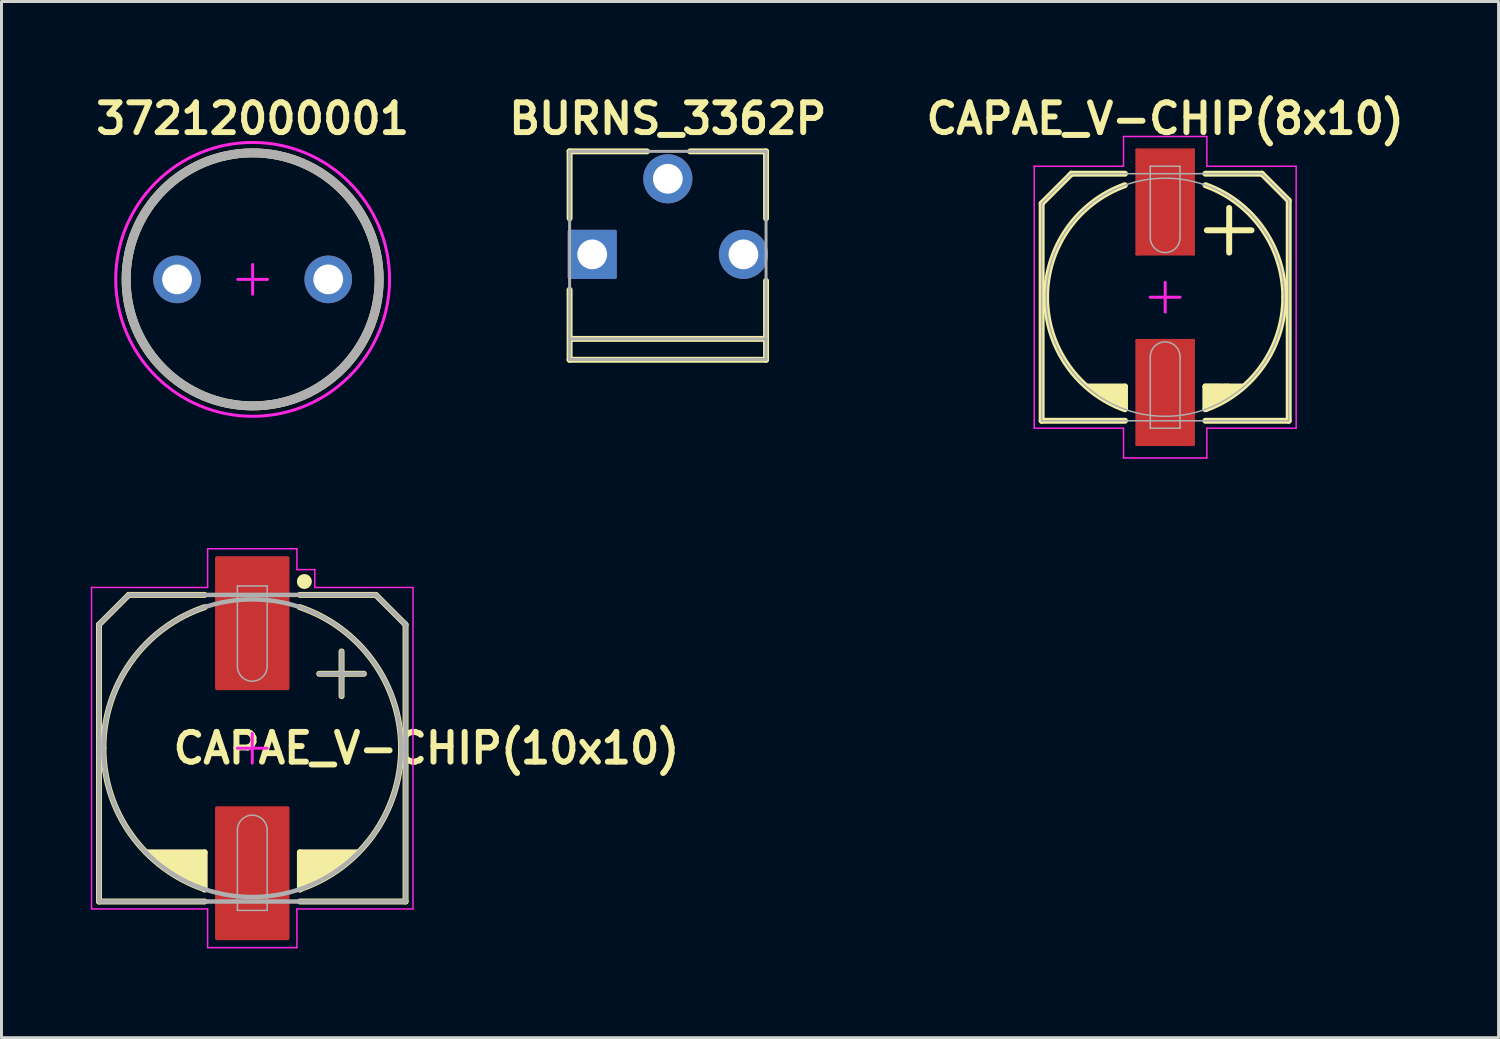
<source format=kicad_pcb>
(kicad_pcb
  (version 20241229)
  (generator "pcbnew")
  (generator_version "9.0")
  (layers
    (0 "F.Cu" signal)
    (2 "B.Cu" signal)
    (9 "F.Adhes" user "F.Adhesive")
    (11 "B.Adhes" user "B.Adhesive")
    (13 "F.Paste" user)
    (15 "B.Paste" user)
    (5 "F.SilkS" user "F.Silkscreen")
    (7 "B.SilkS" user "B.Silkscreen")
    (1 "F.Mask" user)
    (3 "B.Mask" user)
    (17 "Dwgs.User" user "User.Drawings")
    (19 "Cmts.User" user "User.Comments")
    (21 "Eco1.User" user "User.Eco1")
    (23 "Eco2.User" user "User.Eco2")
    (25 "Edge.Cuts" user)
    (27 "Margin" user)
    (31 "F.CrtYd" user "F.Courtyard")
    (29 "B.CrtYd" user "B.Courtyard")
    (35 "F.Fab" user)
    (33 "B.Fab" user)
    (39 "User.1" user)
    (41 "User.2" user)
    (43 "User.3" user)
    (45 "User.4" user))
  (footprint "CAPAE_V-CHIP(8x10)"
    (layer "F.Cu")
    (at 36.095 6.936)
    (property "Reference" "CAPAE_V-CHIP(8x10)" (at 0 -6 0) (layer "F.SilkS") (effects (font (size 1 1) (thickness 0.2))))
    (attr through_hole)
    (fp_line (start -0.95 -4.95) (end 0.95 -4.95) (stroke (width 0.1) (type solid)) (layer "F.Cu"))
    (fp_line (start -0.95 -1.45) (end -0.95 -4.95) (stroke (width 0.1) (type solid)) (layer "F.Cu"))
    (fp_line (start -0.95 -1.45) (end 0.95 -1.45) (stroke (width 0.1) (type solid)) (layer "F.Cu"))
    (fp_line (start -0.95 1.45) (end 0.95 1.45) (stroke (width 0.1) (type solid)) (layer "F.Cu"))
    (fp_line (start -0.95 4.95) (end -0.95 1.45) (stroke (width 0.1) (type solid)) (layer "F.Cu"))
    (fp_line (start -0.95 4.95) (end 0.95 4.95) (stroke (width 0.1) (type solid)) (layer "F.Cu"))
    (fp_line (start 0.95 -1.45) (end 0.95 -4.95) (stroke (width 0.1) (type solid)) (layer "F.Cu"))
    (fp_line (start 0.95 4.95) (end 0.95 1.45) (stroke (width 0.1) (type solid)) (layer "F.Cu"))
    (fp_line (start -0.95 -4.95) (end 0.95 -4.95) (stroke (width 0.3) (type solid)) (layer "F.Mask"))
    (fp_line (start -0.95 -1.45) (end -0.95 -4.95) (stroke (width 0.3) (type solid)) (layer "F.Mask"))
    (fp_line (start -0.95 -1.45) (end 0.95 -1.45) (stroke (width 0.3) (type solid)) (layer "F.Mask"))
    (fp_line (start -0.95 1.45) (end 0.95 1.45) (stroke (width 0.3) (type solid)) (layer "F.Mask"))
    (fp_line (start -0.95 4.95) (end -0.95 1.45) (stroke (width 0.3) (type solid)) (layer "F.Mask"))
    (fp_line (start -0.95 4.95) (end 0.95 4.95) (stroke (width 0.3) (type solid)) (layer "F.Mask"))
    (fp_line (start 0.95 -1.45) (end 0.95 -4.95) (stroke (width 0.3) (type solid)) (layer "F.Mask"))
    (fp_line (start 0.95 4.95) (end 0.95 1.45) (stroke (width 0.3) (type solid)) (layer "F.Mask"))
    (fp_line (start -4.15 -3.15) (end -4.15 4.15) (stroke (width 0.2) (type solid)) (layer "F.SilkS"))
    (fp_line (start -4.15 4.15) (end -1.35 4.15) (stroke (width 0.2) (type solid)) (layer "F.SilkS"))
    (fp_line (start -3.15 -4.15) (end -4.15 -3.15) (stroke (width 0.2) (type solid)) (layer "F.SilkS"))
    (fp_line (start -2.35 3.15) (end -1.45 3.15) (stroke (width 0.2) (type solid)) (layer "F.SilkS"))
    (fp_line (start -2.2 3.25) (end -1.55 3.25) (stroke (width 0.2) (type solid)) (layer "F.SilkS"))
    (fp_line (start -2.1 3.35) (end -1.65 3.35) (stroke (width 0.2) (type solid)) (layer "F.SilkS"))
    (fp_line (start -2 3.45) (end -1.7 3.45) (stroke (width 0.2) (type solid)) (layer "F.SilkS"))
    (fp_line (start -1.65 3.35) (end -1.65 3.55) (stroke (width 0.2) (type solid)) (layer "F.SilkS"))
    (fp_line (start -1.55 3.25) (end -1.55 3.6) (stroke (width 0.2) (type solid)) (layer "F.SilkS"))
    (fp_line (start -1.45 3.15) (end -1.45 3.65) (stroke (width 0.2) (type solid)) (layer "F.SilkS"))
    (fp_line (start -1.35 -4.15) (end -3.15 -4.15) (stroke (width 0.2) (type solid)) (layer "F.SilkS"))
    (fp_line (start -1.35 3) (end -2.6 3) (stroke (width 0.2) (type solid)) (layer "F.SilkS"))
    (fp_line (start -1.35 3.75) (end -1.35 3) (stroke (width 0.2) (type solid)) (layer "F.SilkS"))
    (fp_line (start 1.35 -4.15) (end 3.25 -4.15) (stroke (width 0.2) (type solid)) (layer "F.SilkS"))
    (fp_line (start 1.35 3) (end 2.6 3) (stroke (width 0.2) (type solid)) (layer "F.SilkS"))
    (fp_line (start 1.35 3.75) (end 1.35 3) (stroke (width 0.2) (type solid)) (layer "F.SilkS"))
    (fp_line (start 1.4 -2.25) (end 2.9 -2.25) (stroke (width 0.2) (type solid)) (layer "F.SilkS"))
    (fp_line (start 1.45 3) (end 1.45 3.65) (stroke (width 0.2) (type solid)) (layer "F.SilkS"))
    (fp_line (start 1.55 3) (end 1.55 3.6) (stroke (width 0.2) (type solid)) (layer "F.SilkS"))
    (fp_line (start 1.65 3) (end 1.65 3.55) (stroke (width 0.2) (type solid)) (layer "F.SilkS"))
    (fp_line (start 1.75 3) (end 1.75 3.5) (stroke (width 0.2) (type solid)) (layer "F.SilkS"))
    (fp_line (start 1.85 3) (end 1.85 3.5) (stroke (width 0.2) (type solid)) (layer "F.SilkS"))
    (fp_line (start 2 3) (end 2 3.4) (stroke (width 0.2) (type solid)) (layer "F.SilkS"))
    (fp_line (start 2.1 3) (end 2.1 3.3) (stroke (width 0.2) (type solid)) (layer "F.SilkS"))
    (fp_line (start 2.15 -3) (end 2.15 -1.5) (stroke (width 0.2) (type solid)) (layer "F.SilkS"))
    (fp_line (start 2.2 3.05) (end 2.2 3.25) (stroke (width 0.2) (type solid)) (layer "F.SilkS"))
    (fp_line (start 2.3 3.05) (end 2.3 3.2) (stroke (width 0.2) (type solid)) (layer "F.SilkS"))
    (fp_line (start 3.25 -4.15) (end 4.15 -3.25) (stroke (width 0.2) (type solid)) (layer "F.SilkS"))
    (fp_line (start 4.15 -3.25) (end 4.15 4.15) (stroke (width 0.2) (type solid)) (layer "F.SilkS"))
    (fp_line (start 4.15 4.15) (end 1.35 4.15) (stroke (width 0.2) (type solid)) (layer "F.SilkS"))
    (fp_arc (start -4 0) (mid -3.272576 -2.300053) (end -1.354878 -3.76355) (stroke (width 0.2) (type solid)) (layer "F.SilkS"))
    (fp_arc (start -1.354952 3.763523) (mid -3.272599 2.300021) (end -4 0) (stroke (width 0.2) (type solid)) (layer "F.SilkS"))
    (fp_arc (start 1.354952 -3.763523) (mid 3.272599 -2.300021) (end 4 0) (stroke (width 0.2) (type solid)) (layer "F.SilkS"))
    (fp_arc (start 4 0) (mid 3.272576 2.300053) (end 1.354878 3.76355) (stroke (width 0.2) (type solid)) (layer "F.SilkS"))
    (fp_line (start -0.95 -4.95) (end 0.95 -4.95) (stroke (width 0.05) (type solid)) (layer "F.Paste"))
    (fp_line (start -0.95 -1.45) (end -0.95 -4.95) (stroke (width 0.05) (type solid)) (layer "F.Paste"))
    (fp_line (start -0.95 -1.45) (end 0.95 -1.45) (stroke (width 0.05) (type solid)) (layer "F.Paste"))
    (fp_line (start -0.95 1.45) (end 0.95 1.45) (stroke (width 0.05) (type solid)) (layer "F.Paste"))
    (fp_line (start -0.95 4.95) (end -0.95 1.45) (stroke (width 0.05) (type solid)) (layer "F.Paste"))
    (fp_line (start -0.95 4.95) (end 0.95 4.95) (stroke (width 0.05) (type solid)) (layer "F.Paste"))
    (fp_line (start 0.95 -1.45) (end 0.95 -4.95) (stroke (width 0.05) (type solid)) (layer "F.Paste"))
    (fp_line (start 0.95 4.95) (end 0.95 1.45) (stroke (width 0.05) (type solid)) (layer "F.Paste"))
    (fp_line (start -4.4 -4.4) (end -1.4 -4.4) (stroke (width 0.05) (type solid)) (layer "F.CrtYd"))
    (fp_line (start -4.4 4.4) (end -4.4 -4.4) (stroke (width 0.05) (type solid)) (layer "F.CrtYd"))
    (fp_line (start -1.4 -5.4) (end 1.4 -5.4) (stroke (width 0.05) (type solid)) (layer "F.CrtYd"))
    (fp_line (start -1.4 -4.4) (end -1.4 -5.4) (stroke (width 0.05) (type solid)) (layer "F.CrtYd"))
    (fp_line (start -1.4 4.4) (end -4.4 4.4) (stroke (width 0.05) (type solid)) (layer "F.CrtYd"))
    (fp_line (start -1.4 5.4) (end -1.4 4.4) (stroke (width 0.05) (type solid)) (layer "F.CrtYd"))
    (fp_line (start -0.5 0) (end 0.5 0) (stroke (width 0.1) (type solid)) (layer "F.CrtYd"))
    (fp_line (start 0 -0.5) (end 0 0.5) (stroke (width 0.1) (type solid)) (layer "F.CrtYd"))
    (fp_line (start 1.4 -5.4) (end 1.4 -4.4) (stroke (width 0.05) (type solid)) (layer "F.CrtYd"))
    (fp_line (start 1.4 -4.4) (end 4.4 -4.4) (stroke (width 0.05) (type solid)) (layer "F.CrtYd"))
    (fp_line (start 1.4 4.4) (end 1.4 5.4) (stroke (width 0.05) (type solid)) (layer "F.CrtYd"))
    (fp_line (start 1.4 5.4) (end -1.4 5.4) (stroke (width 0.05) (type solid)) (layer "F.CrtYd"))
    (fp_line (start 4.4 -4.4) (end 4.4 4.4) (stroke (width 0.05) (type solid)) (layer "F.CrtYd"))
    (fp_line (start 4.4 4.4) (end 1.4 4.4) (stroke (width 0.05) (type solid)) (layer "F.CrtYd"))
    (fp_line (start -4.15 4.15) (end -4.15 -3.15) (stroke (width 0.05) (type solid)) (layer "F.Fab"))
    (fp_line (start -3.15 -4.15) (end -4.15 -3.15) (stroke (width 0.05) (type solid)) (layer "F.Fab"))
    (fp_line (start -3.15 -4.15) (end 3.25 -4.15) (stroke (width 0.05) (type solid)) (layer "F.Fab"))
    (fp_line (start -0.5 -4.4) (end -0.5 -2) (stroke (width 0.05) (type solid)) (layer "F.Fab"))
    (fp_line (start -0.5 -4.4) (end 0.5 -4.4) (stroke (width 0.05) (type solid)) (layer "F.Fab"))
    (fp_line (start -0.5 2) (end -0.5 4.4) (stroke (width 0.05) (type solid)) (layer "F.Fab"))
    (fp_line (start -0.5 4.4) (end 0.5 4.4) (stroke (width 0.05) (type solid)) (layer "F.Fab"))
    (fp_line (start 0.5 -4.4) (end 0.5 -2) (stroke (width 0.05) (type solid)) (layer "F.Fab"))
    (fp_line (start 0.5 2) (end 0.5 4.4) (stroke (width 0.05) (type solid)) (layer "F.Fab"))
    (fp_line (start 3.25 -4.15) (end 4.15 -3.25) (stroke (width 0.05) (type solid)) (layer "F.Fab"))
    (fp_line (start 4.15 -3.25) (end 4.15 4.15) (stroke (width 0.05) (type solid)) (layer "F.Fab"))
    (fp_line (start 4.15 4.15) (end -4.15 4.15) (stroke (width 0.05) (type solid)) (layer "F.Fab"))
    (fp_arc (start -0.5 2) (mid 0 1.5) (end 0.5 2) (stroke (width 0.05) (type solid)) (layer "F.Fab"))
    (fp_arc (start 0.5 -2) (mid 0 -1.5) (end -0.5 -2) (stroke (width 0.05) (type solid)) (layer "F.Fab"))
    (fp_circle (center 0 0) (end 4 0) (stroke (width 0.05) (type solid)) (fill no) (layer "F.Fab"))
    (pad "1" smd rect (at 0 -3.2) (size 1.9 3.5) (layers "F.Cu" "F.Mask" "F.Paste"))
    (pad "2" smd rect (at 0 3.2) (size 1.9 3.5) (layers "F.Cu" "F.Mask" "F.Paste")))
  (footprint "CAPAE_V-CHIP(10x10)"
    (layer "F.Cu")
    (at 5.425 22.086)
    (property "Reference" "CAPAE_V-CHIP(10x10)" (at 5.85 0 0) (layer "F.SilkS") (effects (font (size 1 1) (thickness 0.2))))
    (attr through_hole)
    (fp_line (start -5.15 -4.15) (end -5.15 5.15) (stroke (width 0.2) (type solid)) (layer "F.SilkS"))
    (fp_line (start -5.15 5.15) (end -1.6 5.15) (stroke (width 0.2) (type solid)) (layer "F.SilkS"))
    (fp_line (start -4.15 -5.15) (end -5.15 -4.15) (stroke (width 0.2) (type solid)) (layer "F.SilkS"))
    (fp_line (start -4.15 -5.15) (end -1.6 -5.15) (stroke (width 0.2) (type solid)) (layer "F.SilkS"))
    (fp_line (start -1.6 3.5) (end -3.5 3.5) (stroke (width 0.2) (type solid)) (layer "F.SilkS"))
    (fp_line (start -1.6 4.75) (end -1.6 3.5) (stroke (width 0.2) (type solid)) (layer "F.SilkS"))
    (fp_line (start 1.6 3.5) (end 3.55 3.5) (stroke (width 0.2) (type solid)) (layer "F.SilkS"))
    (fp_line (start 1.6 4.75) (end 1.6 3.5) (stroke (width 0.2) (type solid)) (layer "F.SilkS"))
    (fp_line (start 2.25 -2.5) (end 3.75 -2.5) (stroke (width 0.2) (type solid)) (layer "F.SilkS"))
    (fp_line (start 3 -3.25) (end 3 -1.75) (stroke (width 0.2) (type solid)) (layer "F.SilkS"))
    (fp_line (start 4.15 -5.15) (end 1.6 -5.15) (stroke (width 0.2) (type solid)) (layer "F.SilkS"))
    (fp_line (start 5.15 -4.15) (end 4.15 -5.15) (stroke (width 0.2) (type solid)) (layer "F.SilkS"))
    (fp_line (start 5.15 -4.15) (end 5.15 5.15) (stroke (width 0.2) (type solid)) (layer "F.SilkS"))
    (fp_line (start 5.15 5.15) (end 1.6 5.15) (stroke (width 0.2) (type solid)) (layer "F.SilkS"))
    (fp_arc (start -5 0) (mid -4.060418 -2.917706) (end -1.594797 -4.738842) (stroke (width 0.2) (type solid)) (layer "F.SilkS"))
    (fp_arc (start -1.596094 4.738405) (mid -4.060817 2.91715) (end -5 0) (stroke (width 0.2) (type solid)) (layer "F.SilkS"))
    (fp_arc (start 1.596094 -4.738405) (mid 4.060817 -2.91715) (end 5 0) (stroke (width 0.2) (type solid)) (layer "F.SilkS"))
    (fp_arc (start 5 0) (mid 4.060418 2.917706) (end 1.594797 4.738842) (stroke (width 0.2) (type solid)) (layer "F.SilkS"))
    (fp_circle (center 1.75 -5.6) (end 1.85 -5.6) (stroke (width 0.2) (type solid)) (fill no) (layer "F.SilkS"))
    (fp_circle (center 1.75 -5.6) (end 1.9 -5.6) (stroke (width 0.2) (type solid)) (fill no) (layer "F.SilkS"))
    (fp_poly (pts (xy -3.5 3.5) (xy -1.6 3.5) (xy -1.6 4.7) (xy -2.15 4.5) (xy -2.75 4.15) (xy -3.25 3.8)) (stroke (width 0.15) (type solid)) (fill yes) (layer "F.SilkS"))
    (fp_poly (pts (xy 1.6 3.5) (xy 3.55 3.5) (xy 3.1 3.9) (xy 2.6 4.25) (xy 2.05 4.55) (xy 1.6 4.75)) (stroke (width 0.15) (type solid)) (fill yes) (layer "F.SilkS"))
    (fp_line (start -5.4 -5.4) (end -1.5 -5.4) (stroke (width 0.05) (type solid)) (layer "F.CrtYd"))
    (fp_line (start -5.4 5.4) (end -5.4 -5.4) (stroke (width 0.05) (type solid)) (layer "F.CrtYd"))
    (fp_line (start -1.5 -6.7) (end 1.5 -6.7) (stroke (width 0.05) (type solid)) (layer "F.CrtYd"))
    (fp_line (start -1.5 -5.4) (end -1.5 -6.7) (stroke (width 0.05) (type solid)) (layer "F.CrtYd"))
    (fp_line (start -1.5 5.4) (end -5.4 5.4) (stroke (width 0.05) (type solid)) (layer "F.CrtYd"))
    (fp_line (start -1.5 6.7) (end -1.5 5.4) (stroke (width 0.05) (type solid)) (layer "F.CrtYd"))
    (fp_line (start -0.5 0) (end 0.5 0) (stroke (width 0.1) (type solid)) (layer "F.CrtYd"))
    (fp_line (start 0 -0.5) (end 0 0.5) (stroke (width 0.1) (type solid)) (layer "F.CrtYd"))
    (fp_line (start 1.5 -6.7) (end 1.5 -6) (stroke (width 0.05) (type solid)) (layer "F.CrtYd"))
    (fp_line (start 1.5 -6) (end 2.1 -6) (stroke (width 0.05) (type solid)) (layer "F.CrtYd"))
    (fp_line (start 1.5 5.4) (end 1.5 6.7) (stroke (width 0.05) (type solid)) (layer "F.CrtYd"))
    (fp_line (start 1.5 6.7) (end -1.5 6.7) (stroke (width 0.05) (type solid)) (layer "F.CrtYd"))
    (fp_line (start 2.1 -6) (end 2.1 -5.4) (stroke (width 0.05) (type solid)) (layer "F.CrtYd"))
    (fp_line (start 2.1 -5.4) (end 5.4 -5.4) (stroke (width 0.05) (type solid)) (layer "F.CrtYd"))
    (fp_line (start 5.4 -5.4) (end 5.4 5.4) (stroke (width 0.05) (type solid)) (layer "F.CrtYd"))
    (fp_line (start 5.4 5.4) (end 1.5 5.4) (stroke (width 0.05) (type solid)) (layer "F.CrtYd"))
    (fp_line (start -5.15 5.15) (end -5.15 -4.15) (stroke (width 0.15) (type solid)) (layer "F.Fab"))
    (fp_line (start -4.15 -5.15) (end -5.15 -4.15) (stroke (width 0.15) (type solid)) (layer "F.Fab"))
    (fp_line (start -4.15 -5.15) (end 4.15 -5.15) (stroke (width 0.15) (type solid)) (layer "F.Fab"))
    (fp_line (start -0.5 -5.45) (end 0.5 -5.45) (stroke (width 0.05) (type solid)) (layer "F.Fab"))
    (fp_line (start -0.5 -2.75) (end -0.5 -5.45) (stroke (width 0.05) (type solid)) (layer "F.Fab"))
    (fp_line (start -0.5 5.45) (end -0.5 2.75) (stroke (width 0.05) (type solid)) (layer "F.Fab"))
    (fp_line (start 0.5 -5.45) (end 0.5 -2.75) (stroke (width 0.05) (type solid)) (layer "F.Fab"))
    (fp_line (start 0.5 2.75) (end 0.5 5.45) (stroke (width 0.05) (type solid)) (layer "F.Fab"))
    (fp_line (start 0.5 5.45) (end -0.5 5.45) (stroke (width 0.05) (type solid)) (layer "F.Fab"))
    (fp_line (start 2.25 -2.5) (end 3.75 -2.5) (stroke (width 0.15) (type solid)) (layer "F.Fab"))
    (fp_line (start 3 -3.25) (end 3 -1.75) (stroke (width 0.15) (type solid)) (layer "F.Fab"))
    (fp_line (start 5.15 -4.15) (end 4.15 -5.15) (stroke (width 0.15) (type solid)) (layer "F.Fab"))
    (fp_line (start 5.15 -4.15) (end 5.15 5.15) (stroke (width 0.15) (type solid)) (layer "F.Fab"))
    (fp_line (start 5.15 5.15) (end -5.15 5.15) (stroke (width 0.15) (type solid)) (layer "F.Fab"))
    (fp_arc (start -0.5 2.75) (mid 0 2.25) (end 0.5 2.75) (stroke (width 0.05) (type solid)) (layer "F.Fab"))
    (fp_arc (start 0.5 -2.75) (mid 0 -2.25) (end -0.5 -2.75) (stroke (width 0.05) (type solid)) (layer "F.Fab"))
    (fp_circle (center 0 0) (end 5 0) (stroke (width 0.15) (type solid)) (fill no) (layer "F.Fab"))
    (pad "1" smd roundrect (at 0 -4.2) (size 2.5 4.5) (layers "F.Cu" "F.Mask" "F.Paste") (roundrect_rratio 0.025))
    (pad "2" smd roundrect (at 0 4.2) (size 2.5 4.5) (layers "F.Cu" "F.Mask" "F.Paste") (roundrect_rratio 0.025)))
  (footprint "BURNS_3362P"
    (layer "F.Cu")
    (at 19.386 5.186)
    (property "Reference" "BURNS_3362P" (at 0 -4.25 180) (layer "F.SilkS") (effects (font (size 1 1) (thickness 0.2))))
    (attr through_hole)
    (fp_line (start -3.3 -3.15) (end -3.3 -0.9) (stroke (width 0.2) (type solid)) (layer "F.SilkS"))
    (fp_line (start -3.3 -3.15) (end -0.7 -3.15) (stroke (width 0.2) (type solid)) (layer "F.SilkS"))
    (fp_line (start -3.3 3.85) (end -3.3 1.5) (stroke (width 0.2) (type solid)) (layer "F.SilkS"))
    (fp_line (start -3.3 3.85) (end 3.3 3.85) (stroke (width 0.2) (type solid)) (layer "F.SilkS"))
    (fp_line (start 3.3 -3.15) (end 0.75 -3.15) (stroke (width 0.2) (type solid)) (layer "F.SilkS"))
    (fp_line (start 3.3 -3.15) (end 3.3 -0.9) (stroke (width 0.2) (type solid)) (layer "F.SilkS"))
    (fp_line (start 3.3 3.15) (end -3.25 3.15) (stroke (width 0.2) (type solid)) (layer "F.SilkS"))
    (fp_line (start 3.3 3.85) (end 3.3 1.2) (stroke (width 0.2) (type solid)) (layer "F.SilkS"))
    (fp_line (start -3.3 -3.15) (end 3.3 -3.15) (stroke (width 0.1) (type solid)) (layer "F.Fab"))
    (fp_line (start -3.3 3.84) (end -3.3 -3.15) (stroke (width 0.1) (type solid)) (layer "F.Fab"))
    (fp_line (start 3.3 3.15) (end -3.3 3.15) (stroke (width 0.1) (type solid)) (layer "F.Fab"))
    (fp_line (start 3.3 3.84) (end -3.3 3.84) (stroke (width 0.1) (type solid)) (layer "F.Fab"))
    (fp_line (start 3.3 3.84) (end 3.3 -3.15) (stroke (width 0.1) (type solid)) (layer "F.Fab"))
    (pad "1" thru_hole roundrect (at -2.54 0.31) (size 1.65 1.65) (drill 1) (layers "*.Cu" "*.Mask") (roundrect_rratio 0.03))
    (pad "2" thru_hole circle (at 0 -2.23) (size 1.65 1.65) (drill 1) (layers "*.Cu" "*.Mask"))
    (pad "3" thru_hole circle (at 2.54 0.31) (size 1.65 1.65) (drill 1) (layers "*.Cu" "*.Mask")))
  (footprint "37212000001"
    (layer "F.Cu")
    (at 5.438 6.336)
    (property "Reference" "37212000001" (at 0 -5.4 0) (layer "F.SilkS") (effects (font (size 1 1) (thickness 0.2))))
    (attr through_hole)
    (fp_circle (center 0 0) (end 4.25 0) (stroke (width 0.3) (type solid)) (fill no) (layer "F.SilkS"))
    (fp_line (start -0.5 0) (end 0.5 0) (stroke (width 0.1) (type solid)) (layer "F.CrtYd"))
    (fp_line (start 0 -0.5) (end 0 0.5) (stroke (width 0.1) (type solid)) (layer "F.CrtYd"))
    (fp_circle (center 0 0) (end 4.6 0) (stroke (width 0.1) (type solid)) (fill no) (layer "F.CrtYd"))
    (fp_circle (center 0 0) (end 4.25 0) (stroke (width 0.3) (type solid)) (fill no) (layer "F.Fab"))
    (pad "1" thru_hole circle (at -2.54 0) (size 1.6 1.6) (drill 1) (layers "*.Cu" "*.Mask"))
    (pad "2" thru_hole circle (at 2.54 0) (size 1.6 1.6) (drill 1) (layers "*.Cu" "*.Mask")))
  (gr_rect
    (start -3 -3)
    (end 47.295 31.811)
    (stroke (width 0.1) (type default))
    (fill no)
    (layer "Edge.Cuts")))
</source>
